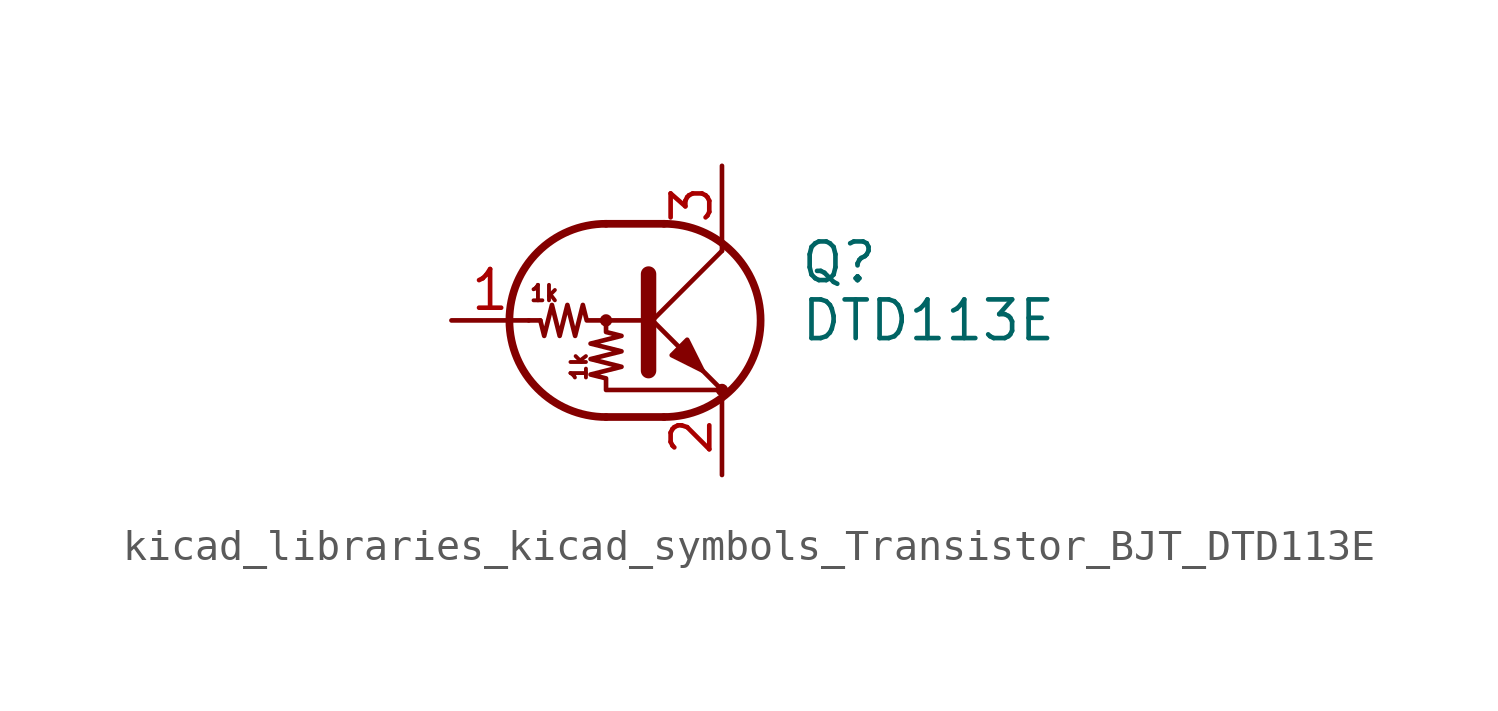
<source format=kicad_sym>
(kicad_symbol_lib
  (version 20220914)
  (generator kicad_symbol_editor)
  (symbol "kicad_libraries_kicad_symbols_Transistor_BJT_DTD113E"
    (pin_names
      (offset 0) hide)
    (property "Reference" "Q"
      (at 5.08 1.905 0)
      (effects (font (size 1.27 1.27)) (justify left)))
    (property "Value" "DTD113E"
      (at 5.08 0 0)
      (effects (font (size 1.27 1.27)) (justify left)))
    (symbol "kicad_libraries_kicad_symbols_Transistor_BJT_DTD113E_0_0"
      (text "1k" (at -3.302 0.889 0) (effects (font (size 0.508 0.508))))
      (text "1k" (at -2.159 -1.524 900) (effects (font (size 0.508 0.508)))))
    (symbol "kicad_libraries_kicad_symbols_Transistor_BJT_DTD113E_0_1"
      (circle (center -1.27 0) (radius 0.127) (stroke (width 0) (type default)) (fill (type none)))
      (arc (start -1.27 3.175) (mid -4.4312 0) (end -1.27 -3.175) (stroke (width 0.254) (type default)) (fill (type none)))
      (polyline (pts (xy -3.429 0) (xy -3.81 0)) (stroke (width 0) (type default)) (fill (type none)))
      (polyline (pts (xy -1.27 -3.175) (xy 0.635 -3.175)) (stroke (width 0.254) (type default)) (fill (type none)))
      (polyline (pts (xy -1.27 3.175) (xy 0.635 3.175)) (stroke (width 0.254) (type default)) (fill (type none)))
      (polyline (pts (xy 0 -0.254) (xy 2.54 2.286)) (stroke (width 0) (type default)) (fill (type none)))
      (polyline (pts (xy 0.127 1.524) (xy 0.127 -1.651)) (stroke (width 0.508) (type default)) (fill (type outline)))
      (polyline (pts (xy 2.54 2.286) (xy 2.54 2.54)) (stroke (width 0) (type default)) (fill (type none)))
      (polyline (pts (xy 2.54 -2.286) (xy 0 0.254) (xy 0 0.254)) (stroke (width 0) (type default)) (fill (type none)))
      (polyline (pts (xy 0.889 -1.143) (xy 1.397 -0.635) (xy 1.905 -1.651) (xy 0.889 -1.143)) (stroke (width 0) (type default)) (fill (type outline)))
      (polyline (pts (xy 0 0) (xy -1.905 0) (xy -2.032 0.508) (xy -2.286 -0.508) (xy -2.54 0.508) (xy -2.794 -0.508) (xy -3.048 0.508) (xy -3.302 -0.508) (xy -3.429 0)) (stroke (width 0) (type default)) (fill (type none)))
      (polyline (pts (xy -1.27 0) (xy -1.27 -0.381) (xy -0.762 -0.508) (xy -1.778 -0.762) (xy -0.762 -1.016) (xy -1.778 -1.27) (xy -0.762 -1.524) (xy -1.778 -1.778) (xy -1.27 -1.905) (xy -1.27 -2.286) (xy 2.54 -2.286)) (stroke (width 0) (type default)) (fill (type none)))
      (arc (start 0.635 -3.175) (mid 3.7962 0) (end 0.635 3.175) (stroke (width 0.254) (type default)) (fill (type none)))
      (circle (center 2.54 -2.286) (radius 0.127) (stroke (width 0) (type default)) (fill (type none))))
    (symbol "kicad_libraries_kicad_symbols_Transistor_BJT_DTD113E_1_1"
      (pin input line (at -6.35 0 0) (length 2.54) (name "B" (effects (font (size 1.27 1.27)))) (number "1" (effects (font (size 1.27 1.27)))))
      (pin passive line (at 2.54 -5.08 90) (length 2.54) (name "E" (effects (font (size 1.27 1.27)))) (number "2" (effects (font (size 1.27 1.27)))))
      (pin passive line (at 2.54 5.08 270) (length 2.54) (name "C" (effects (font (size 1.27 1.27)))) (number "3" (effects (font (size 1.27 1.27))))))))
</source>
